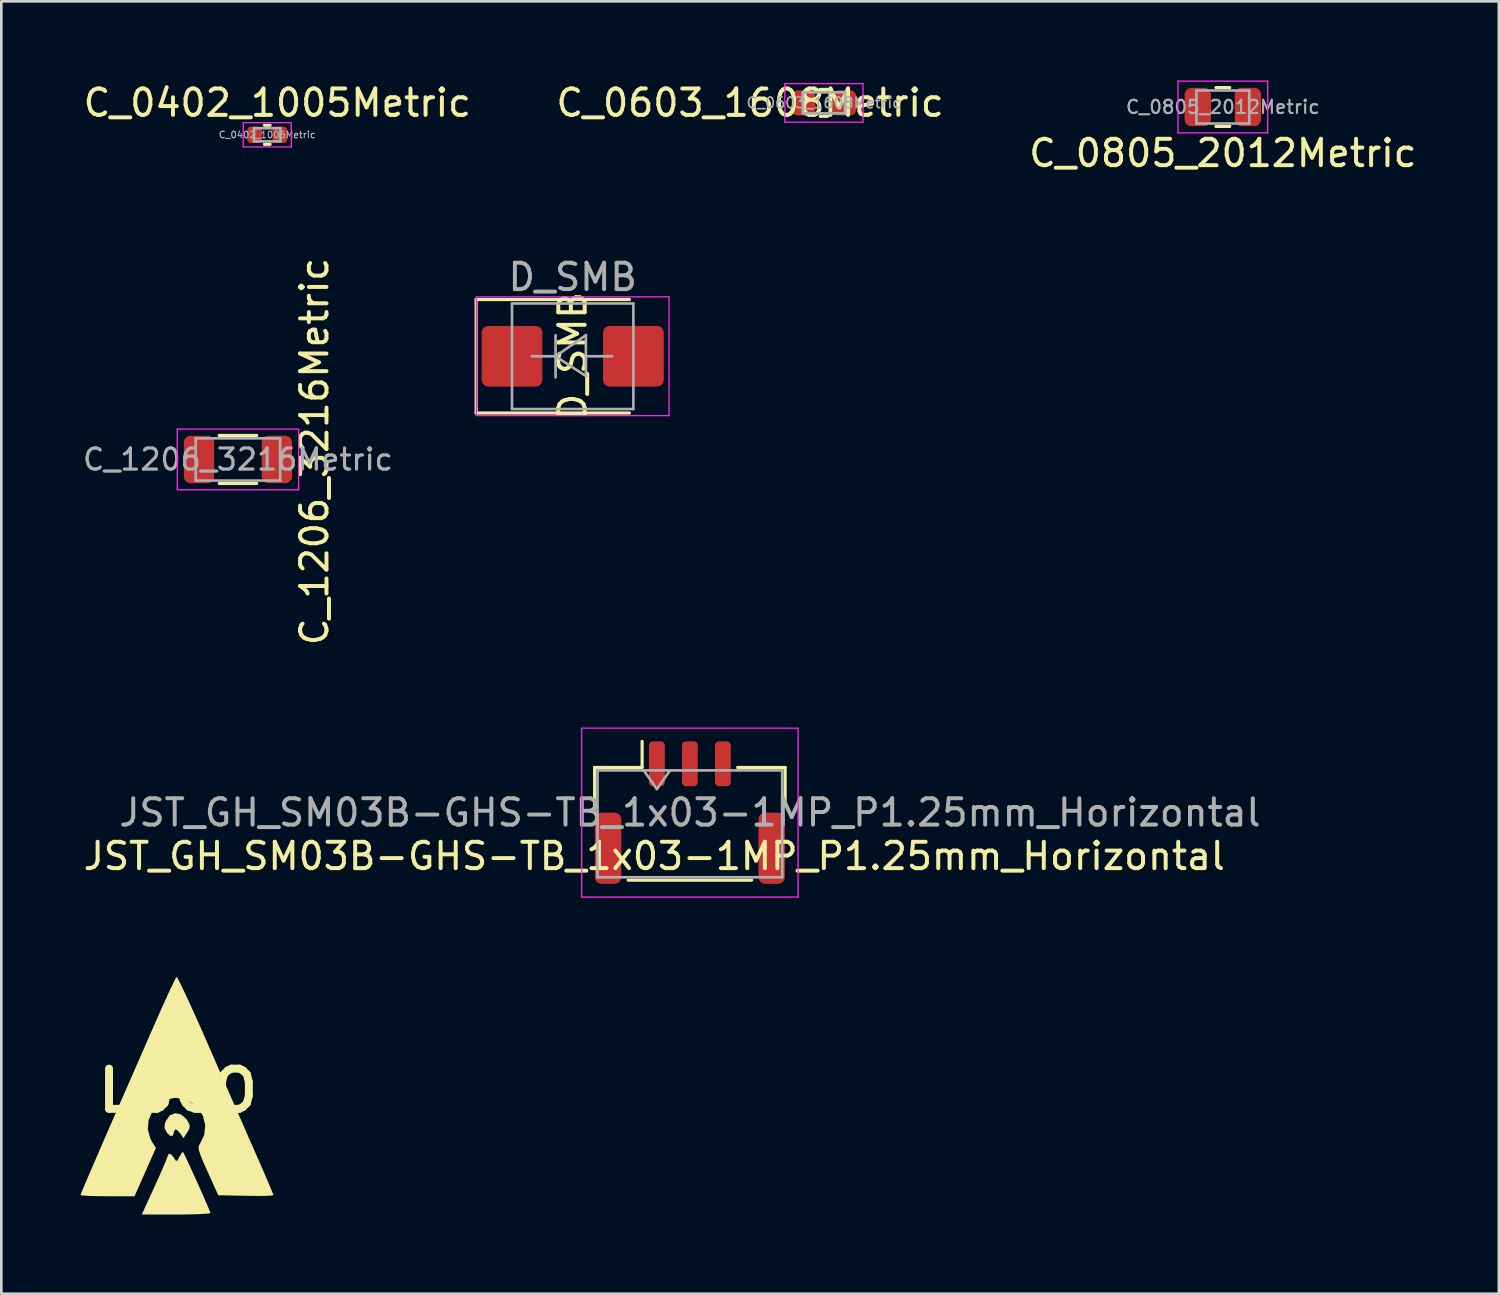
<source format=kicad_pcb>
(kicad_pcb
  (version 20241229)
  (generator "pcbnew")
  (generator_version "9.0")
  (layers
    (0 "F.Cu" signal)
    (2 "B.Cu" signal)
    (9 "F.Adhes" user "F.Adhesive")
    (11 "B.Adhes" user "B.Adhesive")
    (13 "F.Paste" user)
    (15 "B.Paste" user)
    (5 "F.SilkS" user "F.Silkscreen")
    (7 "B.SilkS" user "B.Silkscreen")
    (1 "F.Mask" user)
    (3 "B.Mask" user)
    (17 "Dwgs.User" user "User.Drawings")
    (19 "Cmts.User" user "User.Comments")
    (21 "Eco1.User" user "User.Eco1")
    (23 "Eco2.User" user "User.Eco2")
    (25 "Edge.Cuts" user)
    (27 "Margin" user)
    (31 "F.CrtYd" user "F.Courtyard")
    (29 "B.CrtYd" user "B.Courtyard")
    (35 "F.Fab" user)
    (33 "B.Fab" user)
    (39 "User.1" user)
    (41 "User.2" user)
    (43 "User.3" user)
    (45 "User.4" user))
  (footprint "C_0402_1005Metric"
    (layer "F.Cu")
    (at 7.078 2.058)
    (property "Reference" "C_0402_1005Metric" (at 0.38 -1.21 0) (layer "F.SilkS") (effects (font (size 1 1) (thickness 0.15))))
    (attr smd)
    (fp_line (start -0.108 -0.36) (end 0.108 -0.36) (stroke (width 0.12) (type solid)) (layer "F.SilkS"))
    (fp_line (start -0.108 0.36) (end 0.108 0.36) (stroke (width 0.12) (type solid)) (layer "F.SilkS"))
    (fp_line (start -0.91 -0.46) (end 0.91 -0.46) (stroke (width 0.05) (type solid)) (layer "F.CrtYd"))
    (fp_line (start -0.91 0.46) (end -0.91 -0.46) (stroke (width 0.05) (type solid)) (layer "F.CrtYd"))
    (fp_line (start 0.91 -0.46) (end 0.91 0.46) (stroke (width 0.05) (type solid)) (layer "F.CrtYd"))
    (fp_line (start 0.91 0.46) (end -0.91 0.46) (stroke (width 0.05) (type solid)) (layer "F.CrtYd"))
    (fp_line (start -0.5 -0.25) (end 0.5 -0.25) (stroke (width 0.1) (type solid)) (layer "F.Fab"))
    (fp_line (start -0.5 0.25) (end -0.5 -0.25) (stroke (width 0.1) (type solid)) (layer "F.Fab"))
    (fp_line (start 0.5 -0.25) (end 0.5 0.25) (stroke (width 0.1) (type solid)) (layer "F.Fab"))
    (fp_line (start 0.5 0.25) (end -0.5 0.25) (stroke (width 0.1) (type solid)) (layer "F.Fab"))
    (fp_text user "${REFERENCE}" (at 0 0 0) (layer "F.Fab") (effects (font (size 0.25 0.25) (thickness 0.04))))
    (pad "1" smd roundrect (at -0.48 0) (size 0.56 0.62) (layers "F.Cu" "F.Mask" "F.Paste") (roundrect_rratio 0.25))
    (pad "2" smd roundrect (at 0.48 0) (size 0.56 0.62) (layers "F.Cu" "F.Mask" "F.Paste") (roundrect_rratio 0.25)))
  (footprint "JST_GH_SM03B-GHS-TB_1x03-1MP_P1.25mm_Horizontal"
    (layer "F.Cu")
    (at 23.094 27.745)
    (property "Reference" "JST_GH_SM03B-GHS-TB_1x03-1MP_P1.25mm_Horizontal" (at -1.35 1.65 180) (layer "F.SilkS") (effects (font (size 1 1) (thickness 0.15))))
    (attr smd)
    (fp_line (start -3.61 -1.71) (end -1.81 -1.71) (stroke (width 0.12) (type solid)) (layer "F.SilkS"))
    (fp_line (start -3.61 -0.26) (end -3.61 -1.71) (stroke (width 0.12) (type solid)) (layer "F.SilkS"))
    (fp_line (start -2.34 2.56) (end 2.34 2.56) (stroke (width 0.12) (type solid)) (layer "F.SilkS"))
    (fp_line (start -1.81 -1.71) (end -1.81 -2.7) (stroke (width 0.12) (type solid)) (layer "F.SilkS"))
    (fp_line (start 3.61 -1.71) (end 1.81 -1.71) (stroke (width 0.12) (type solid)) (layer "F.SilkS"))
    (fp_line (start 3.61 -0.26) (end 3.61 -1.71) (stroke (width 0.12) (type solid)) (layer "F.SilkS"))
    (fp_line (start -4.1 -3.2) (end -4.1 3.2) (stroke (width 0.05) (type solid)) (layer "F.CrtYd"))
    (fp_line (start -4.1 3.2) (end 4.1 3.2) (stroke (width 0.05) (type solid)) (layer "F.CrtYd"))
    (fp_line (start 4.1 -3.2) (end -4.1 -3.2) (stroke (width 0.05) (type solid)) (layer "F.CrtYd"))
    (fp_line (start 4.1 3.2) (end 4.1 -3.2) (stroke (width 0.05) (type solid)) (layer "F.CrtYd"))
    (fp_line (start -3.5 -1.6) (end -3.5 2.45) (stroke (width 0.1) (type solid)) (layer "F.Fab"))
    (fp_line (start -3.5 -1.6) (end 3.5 -1.6) (stroke (width 0.1) (type solid)) (layer "F.Fab"))
    (fp_line (start -3.5 2.45) (end 3.5 2.45) (stroke (width 0.1) (type solid)) (layer "F.Fab"))
    (fp_line (start -1.75 -1.6) (end -1.25 -0.893) (stroke (width 0.1) (type solid)) (layer "F.Fab"))
    (fp_line (start -1.25 -0.893) (end -0.75 -1.6) (stroke (width 0.1) (type solid)) (layer "F.Fab"))
    (fp_line (start 3.5 -1.6) (end 3.5 2.45) (stroke (width 0.1) (type solid)) (layer "F.Fab"))
    (fp_text user "${REFERENCE}" (at 0 0 180) (layer "F.Fab") (effects (font (size 1 1) (thickness 0.15))))
    (pad "1" smd roundrect (at -1.25 -1.85) (size 0.6 1.7) (layers "F.Cu" "F.Mask" "F.Paste") (roundrect_rratio 0.25))
    (pad "2" smd roundrect (at 0 -1.85) (size 0.6 1.7) (layers "F.Cu" "F.Mask" "F.Paste") (roundrect_rratio 0.25))
    (pad "3" smd roundrect (at 1.25 -1.85) (size 0.6 1.7) (layers "F.Cu" "F.Mask" "F.Paste") (roundrect_rratio 0.25))
    (pad "MP" smd roundrect (at -3.1 1.35) (size 1 2.7) (layers "F.Cu" "F.Mask" "F.Paste") (roundrect_rratio 0.25))
    (pad "MP" smd roundrect (at 3.1 1.35) (size 1 2.7) (layers "F.Cu" "F.Mask" "F.Paste") (roundrect_rratio 0.25)))
  (footprint "C_1206_3216Metric"
    (layer "F.Cu")
    (at 5.967 14.362)
    (property "Reference" "C_1206_3216Metric" (at 2.9 -0.3 90) (layer "F.SilkS") (effects (font (size 1 1) (thickness 0.15))))
    (attr smd)
    (fp_line (start -0.711 -0.91) (end 0.711 -0.91) (stroke (width 0.12) (type solid)) (layer "F.SilkS"))
    (fp_line (start -0.711 0.91) (end 0.711 0.91) (stroke (width 0.12) (type solid)) (layer "F.SilkS"))
    (fp_line (start -2.3 -1.15) (end 2.3 -1.15) (stroke (width 0.05) (type solid)) (layer "F.CrtYd"))
    (fp_line (start -2.3 1.15) (end -2.3 -1.15) (stroke (width 0.05) (type solid)) (layer "F.CrtYd"))
    (fp_line (start 2.3 -1.15) (end 2.3 1.15) (stroke (width 0.05) (type solid)) (layer "F.CrtYd"))
    (fp_line (start 2.3 1.15) (end -2.3 1.15) (stroke (width 0.05) (type solid)) (layer "F.CrtYd"))
    (fp_line (start -1.6 -0.8) (end 1.6 -0.8) (stroke (width 0.1) (type solid)) (layer "F.Fab"))
    (fp_line (start -1.6 0.8) (end -1.6 -0.8) (stroke (width 0.1) (type solid)) (layer "F.Fab"))
    (fp_line (start 1.6 -0.8) (end 1.6 0.8) (stroke (width 0.1) (type solid)) (layer "F.Fab"))
    (fp_line (start 1.6 0.8) (end -1.6 0.8) (stroke (width 0.1) (type solid)) (layer "F.Fab"))
    (fp_text user "${REFERENCE}" (at 0 0 0) (layer "F.Fab") (effects (font (size 0.8 0.8) (thickness 0.12))))
    (pad "1" smd roundrect (at -1.475 0) (size 1.15 1.8) (layers "F.Cu" "F.Mask" "F.Paste") (roundrect_rratio 0.217))
    (pad "2" smd roundrect (at 1.475 0) (size 1.15 1.8) (layers "F.Cu" "F.Mask" "F.Paste") (roundrect_rratio 0.217)))
  (footprint "D_SMB"
    (layer "F.Cu")
    (at 18.653 10.451)
    (property "Reference" "D_SMB" (at 0 0 90) (layer "F.SilkS") (effects (font (size 1 1) (thickness 0.15))))
    (attr smd)
    (fp_line (start -3.66 -2.15) (end -3.66 2.15) (stroke (width 0.12) (type solid)) (layer "F.SilkS"))
    (fp_line (start -3.66 -2.15) (end 2.15 -2.15) (stroke (width 0.12) (type solid)) (layer "F.SilkS"))
    (fp_line (start -3.66 2.15) (end 2.15 2.15) (stroke (width 0.12) (type solid)) (layer "F.SilkS"))
    (fp_line (start -3.65 -2.25) (end 3.65 -2.25) (stroke (width 0.05) (type solid)) (layer "F.CrtYd"))
    (fp_line (start -3.65 2.25) (end -3.65 -2.25) (stroke (width 0.05) (type solid)) (layer "F.CrtYd"))
    (fp_line (start 3.65 -2.25) (end 3.65 2.25) (stroke (width 0.05) (type solid)) (layer "F.CrtYd"))
    (fp_line (start 3.65 2.25) (end -3.65 2.25) (stroke (width 0.05) (type solid)) (layer "F.CrtYd"))
    (fp_line (start -2.3 2) (end -2.3 -2) (stroke (width 0.1) (type solid)) (layer "F.Fab"))
    (fp_line (start -0.649 -0.799) (end -0.649 0.801) (stroke (width 0.1) (type solid)) (layer "F.Fab"))
    (fp_line (start -0.649 0.001) (end -1.551 0.001) (stroke (width 0.1) (type solid)) (layer "F.Fab"))
    (fp_line (start -0.649 0.001) (end 0.501 -0.799) (stroke (width 0.1) (type solid)) (layer "F.Fab"))
    (fp_line (start -0.649 0.001) (end 0.501 0.75) (stroke (width 0.1) (type solid)) (layer "F.Fab"))
    (fp_line (start 0.501 0.001) (end 1.499 0.001) (stroke (width 0.1) (type solid)) (layer "F.Fab"))
    (fp_line (start 0.501 0.75) (end 0.501 -0.799) (stroke (width 0.1) (type solid)) (layer "F.Fab"))
    (fp_line (start 2.3 -2) (end -2.3 -2) (stroke (width 0.1) (type solid)) (layer "F.Fab"))
    (fp_line (start 2.3 -2) (end 2.3 2) (stroke (width 0.1) (type solid)) (layer "F.Fab"))
    (fp_line (start 2.3 2) (end -2.3 2) (stroke (width 0.1) (type solid)) (layer "F.Fab"))
    (fp_text user "${REFERENCE}" (at 0 -3 0) (layer "F.Fab") (effects (font (size 1 1) (thickness 0.15))))
    (pad "1" smd roundrect (at -2.3 0 180) (size 2.3 2.3) (layers "F.Cu" "F.Mask" "F.Paste") (roundrect_rratio 0.109))
    (pad "2" smd roundrect (at 2.3 0 180) (size 2.3 2.3) (layers "F.Cu" "F.Mask" "F.Paste") (roundrect_rratio 0.109)))
  (footprint "C_0603_1608Metric"
    (layer "F.Cu")
    (at 28.175 0.848)
    (property "Reference" "C_0603_1608Metric" (at -2.8 0 0) (layer "F.SilkS") (effects (font (size 1 1) (thickness 0.15))))
    (attr smd)
    (fp_line (start -0.141 -0.51) (end 0.141 -0.51) (stroke (width 0.12) (type solid)) (layer "F.SilkS"))
    (fp_line (start -0.141 0.51) (end 0.141 0.51) (stroke (width 0.12) (type solid)) (layer "F.SilkS"))
    (fp_line (start -1.48 -0.73) (end 1.48 -0.73) (stroke (width 0.05) (type solid)) (layer "F.CrtYd"))
    (fp_line (start -1.48 0.73) (end -1.48 -0.73) (stroke (width 0.05) (type solid)) (layer "F.CrtYd"))
    (fp_line (start 1.48 -0.73) (end 1.48 0.73) (stroke (width 0.05) (type solid)) (layer "F.CrtYd"))
    (fp_line (start 1.48 0.73) (end -1.48 0.73) (stroke (width 0.05) (type solid)) (layer "F.CrtYd"))
    (fp_line (start -0.8 -0.4) (end 0.8 -0.4) (stroke (width 0.1) (type solid)) (layer "F.Fab"))
    (fp_line (start -0.8 0.4) (end -0.8 -0.4) (stroke (width 0.1) (type solid)) (layer "F.Fab"))
    (fp_line (start 0.8 -0.4) (end 0.8 0.4) (stroke (width 0.1) (type solid)) (layer "F.Fab"))
    (fp_line (start 0.8 0.4) (end -0.8 0.4) (stroke (width 0.1) (type solid)) (layer "F.Fab"))
    (fp_text user "${REFERENCE}" (at 0 0 0) (layer "F.Fab") (effects (font (size 0.4 0.4) (thickness 0.06))))
    (pad "1" smd roundrect (at -0.775 0) (size 0.9 0.95) (layers "F.Cu" "F.Mask" "F.Paste") (roundrect_rratio 0.25))
    (pad "2" smd roundrect (at 0.775 0) (size 0.9 0.95) (layers "F.Cu" "F.Mask" "F.Paste") (roundrect_rratio 0.25)))
  (footprint "C_0805_2012Metric"
    (layer "F.Cu")
    (at 43.292 1.005)
    (property "Reference" "C_0805_2012Metric" (at 0 1.75 180) (layer "F.SilkS") (effects (font (size 1 1) (thickness 0.15))))
    (attr smd)
    (fp_line (start -0.261 -0.735) (end 0.261 -0.735) (stroke (width 0.12) (type solid)) (layer "F.SilkS"))
    (fp_line (start -0.261 0.735) (end 0.261 0.735) (stroke (width 0.12) (type solid)) (layer "F.SilkS"))
    (fp_line (start -1.7 -0.98) (end 1.7 -0.98) (stroke (width 0.05) (type solid)) (layer "F.CrtYd"))
    (fp_line (start -1.7 0.98) (end -1.7 -0.98) (stroke (width 0.05) (type solid)) (layer "F.CrtYd"))
    (fp_line (start 1.7 -0.98) (end 1.7 0.98) (stroke (width 0.05) (type solid)) (layer "F.CrtYd"))
    (fp_line (start 1.7 0.98) (end -1.7 0.98) (stroke (width 0.05) (type solid)) (layer "F.CrtYd"))
    (fp_line (start -1 -0.625) (end 1 -0.625) (stroke (width 0.1) (type solid)) (layer "F.Fab"))
    (fp_line (start -1 0.625) (end -1 -0.625) (stroke (width 0.1) (type solid)) (layer "F.Fab"))
    (fp_line (start 1 -0.625) (end 1 0.625) (stroke (width 0.1) (type solid)) (layer "F.Fab"))
    (fp_line (start 1 0.625) (end -1 0.625) (stroke (width 0.1) (type solid)) (layer "F.Fab"))
    (fp_text user "${REFERENCE}" (at 0 0 180) (layer "F.Fab") (effects (font (size 0.5 0.5) (thickness 0.08))))
    (pad "1" smd roundrect (at -0.95 0) (size 1 1.45) (layers "F.Cu" "F.Mask" "F.Paste") (roundrect_rratio 0.25))
    (pad "2" smd roundrect (at 0.95 0) (size 1 1.45) (layers "F.Cu" "F.Mask" "F.Paste") (roundrect_rratio 0.25)))
  (footprint "LOGO"
    (layer "F.Cu")
    (at 3.695 38.282)
    (property "Reference" "LOGO" (at 0 0 0) (layer "F.SilkS") (effects (font (size 1.524 1.524) (thickness 0.3))))
    (attr board_only exclude_from_pos_files exclude_from_bom)
    (fp_poly (pts (xy 0.109 0.897) (xy 0.312 1.069) (xy 0.38 1.173) (xy 0.447 1.324) (xy 0.426 1.453) (xy 0.349 1.585) (xy 0.207 1.802) (xy 0.094 1.632) (xy -0.029 1.494) (xy -0.12 1.474) (xy -0.154 1.573) (xy -0.194 1.707) (xy -0.293 1.715) (xy -0.417 1.597) (xy -0.429 1.58) (xy -0.511 1.413) (xy -0.498 1.252) (xy -0.461 1.153) (xy -0.31 0.939) (xy -0.109 0.854)) (stroke (width 0) (type solid)) (fill yes) (layer "F.SilkS"))
    (fp_poly (pts (xy 0.191 2.322) (xy 0.235 2.403) (xy 0.326 2.595) (xy 0.454 2.869) (xy 0.603 3.196) (xy 0.761 3.546) (xy 0.915 3.891) (xy 1.051 4.202) (xy 1.157 4.448) (xy 1.22 4.601) (xy 1.232 4.637) (xy 1.159 4.656) (xy 0.957 4.672) (xy 0.652 4.685) (xy 0.267 4.693) (xy -0.071 4.695) (xy -1.373 4.695) (xy -0.879 3.615) (xy -0.708 3.237) (xy -0.563 2.907) (xy -0.455 2.651) (xy -0.394 2.494) (xy -0.385 2.461) (xy -0.345 2.387) (xy -0.254 2.42) (xy -0.153 2.542) (xy -0.147 2.554) (xy -0.08 2.662) (xy -0.029 2.654) (xy 0.048 2.52) (xy 0.054 2.508) (xy 0.138 2.369) (xy 0.189 2.32)) (stroke (width 0) (type solid)) (fill yes) (layer "F.SilkS"))
    (fp_poly (pts (xy -0.011 -4.253) (xy 0.086 -4.066) (xy 0.229 -3.769) (xy 0.413 -3.376) (xy 0.628 -2.902) (xy 0.869 -2.363) (xy 1.129 -1.773) (xy 1.164 -1.693) (xy 1.46 -1.015) (xy 1.766 -0.312) (xy 2.071 0.387) (xy 2.362 1.051) (xy 2.625 1.653) (xy 2.848 2.162) (xy 2.969 2.437) (xy 3.163 2.88) (xy 3.333 3.273) (xy 3.471 3.597) (xy 3.568 3.83) (xy 3.615 3.949) (xy 3.618 3.96) (xy 3.545 3.975) (xy 3.347 3.986) (xy 3.051 3.99) (xy 2.685 3.987) (xy 2.572 3.985) (xy 1.526 3.964) (xy 1.122 3.07) (xy 0.954 2.695) (xy 0.847 2.432) (xy 0.791 2.255) (xy 0.78 2.14) (xy 0.805 2.059) (xy 0.822 2.034) (xy 0.995 1.68) (xy 1.033 1.31) (xy 0.945 0.954) (xy 0.742 0.641) (xy 0.435 0.404) (xy 0.23 0.317) (xy -0.135 0.271) (xy -0.471 0.353) (xy -0.759 0.539) (xy -0.98 0.804) (xy -1.114 1.122) (xy -1.143 1.469) (xy -1.047 1.82) (xy -0.996 1.914) (xy -0.837 2.174) (xy -1.242 3.088) (xy -1.647 4.002) (xy -2.671 4.002) (xy -3.047 3.999) (xy -3.362 3.99) (xy -3.586 3.977) (xy -3.69 3.96) (xy -3.695 3.956) (xy -3.664 3.874) (xy -3.575 3.659) (xy -3.43 3.318) (xy -3.232 2.858) (xy -2.985 2.288) (xy -2.693 1.614) (xy -2.358 0.844) (xy -1.983 -0.014) (xy -1.572 -0.954) (xy -1.129 -1.966) (xy -0.893 -2.503) (xy -0.678 -2.99) (xy -0.481 -3.428) (xy -0.311 -3.798) (xy -0.177 -4.082) (xy -0.088 -4.26) (xy -0.054 -4.312)) (stroke (width 0) (type solid)) (fill yes) (layer "F.SilkS")))
  (gr_rect
    (start -3 -3)
    (end 53.75 45.977)
    (stroke (width 0.1) (type default))
    (fill no)
    (layer "Edge.Cuts")))
</source>
